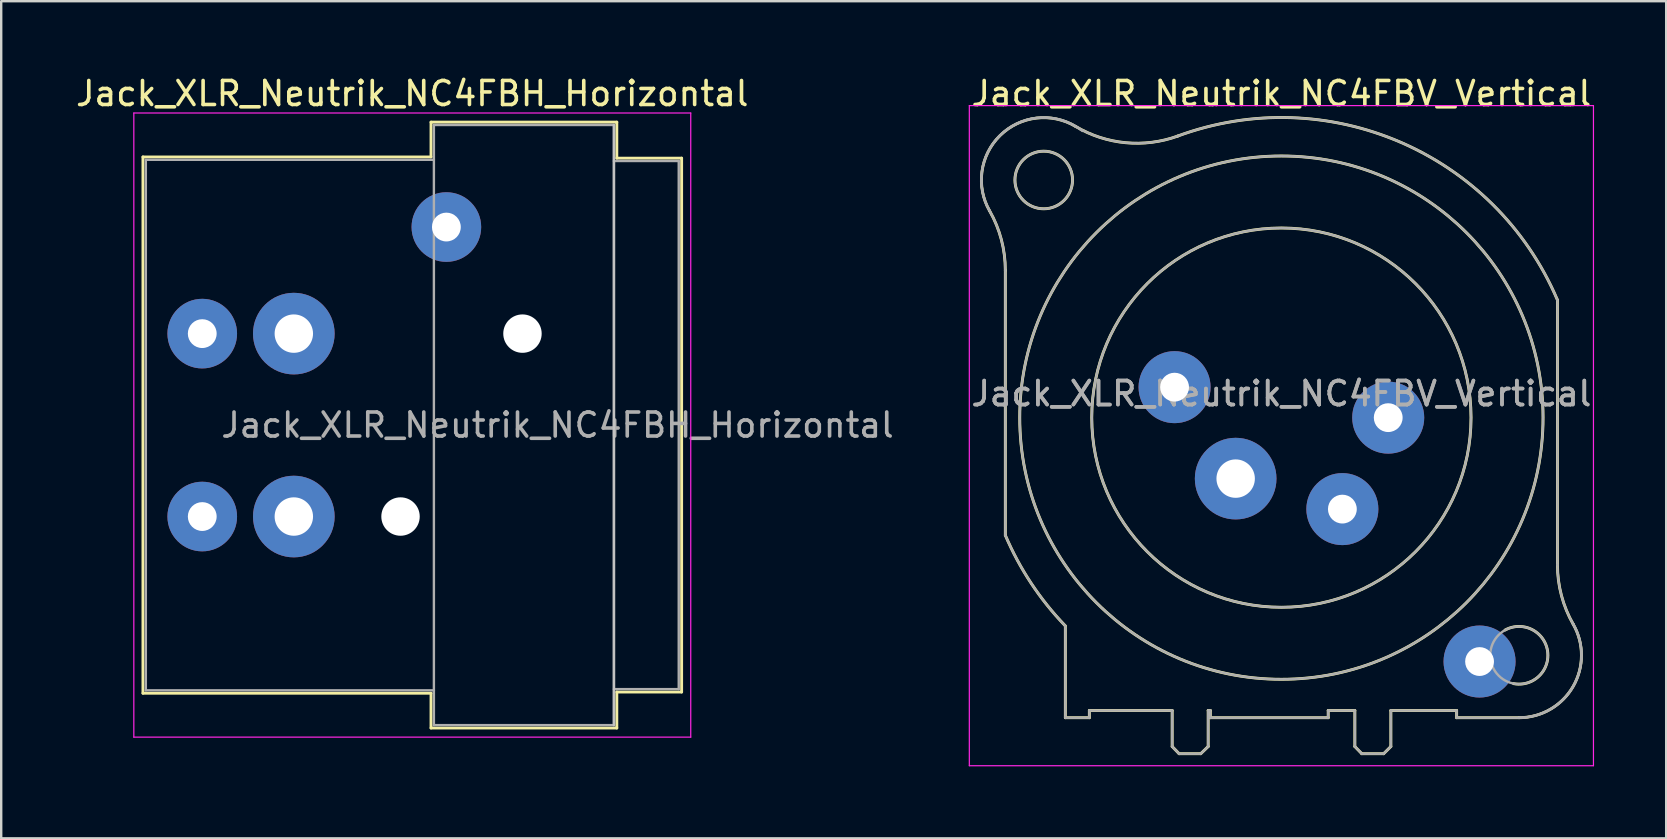
<source format=kicad_pcb>
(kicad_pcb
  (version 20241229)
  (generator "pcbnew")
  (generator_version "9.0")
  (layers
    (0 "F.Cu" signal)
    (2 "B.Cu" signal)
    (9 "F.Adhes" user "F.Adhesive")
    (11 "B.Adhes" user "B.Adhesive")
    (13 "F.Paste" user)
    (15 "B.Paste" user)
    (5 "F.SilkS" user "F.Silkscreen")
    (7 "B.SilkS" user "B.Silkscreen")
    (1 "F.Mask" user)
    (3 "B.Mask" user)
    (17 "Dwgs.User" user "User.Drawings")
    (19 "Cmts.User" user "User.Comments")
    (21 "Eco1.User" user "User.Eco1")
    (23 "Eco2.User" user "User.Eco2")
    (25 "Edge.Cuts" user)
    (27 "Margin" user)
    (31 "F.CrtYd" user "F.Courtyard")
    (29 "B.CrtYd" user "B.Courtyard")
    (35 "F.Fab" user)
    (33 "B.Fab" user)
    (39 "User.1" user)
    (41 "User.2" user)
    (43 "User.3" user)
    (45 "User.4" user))
  (footprint "Jack_XLR_Neutrik_NC4FBH_Horizontal"
    (layer "F.Cu")
    (at 5.375 10.848)
    (property "Reference" "Jack_XLR_Neutrik_NC4FBH_Horizontal" (at 8.75 -10 0) (layer "F.SilkS") (effects (font (size 1 1) (thickness 0.15))))
    (attr through_hole)
    (fp_line (start -2.47 -7.36) (end -2.47 14.98) (stroke (width 0.12) (type solid)) (layer "F.SilkS"))
    (fp_line (start 9.53 -7.36) (end -2.47 -7.36) (stroke (width 0.12) (type solid)) (layer "F.SilkS"))
    (fp_line (start 9.53 -7.36) (end 9.53 -8.81) (stroke (width 0.12) (type solid)) (layer "F.SilkS"))
    (fp_line (start 9.53 14.98) (end -2.47 14.98) (stroke (width 0.12) (type solid)) (layer "F.SilkS"))
    (fp_line (start 9.53 16.43) (end 9.53 14.98) (stroke (width 0.12) (type solid)) (layer "F.SilkS"))
    (fp_line (start 17.27 -8.81) (end 9.53 -8.81) (stroke (width 0.12) (type solid)) (layer "F.SilkS"))
    (fp_line (start 17.27 -8.81) (end 17.27 -7.31) (stroke (width 0.12) (type solid)) (layer "F.SilkS"))
    (fp_line (start 17.27 -7.31) (end 19.97 -7.31) (stroke (width 0.12) (type solid)) (layer "F.SilkS"))
    (fp_line (start 17.27 14.93) (end 17.27 16.43) (stroke (width 0.12) (type solid)) (layer "F.SilkS"))
    (fp_line (start 17.27 14.93) (end 19.97 14.93) (stroke (width 0.12) (type solid)) (layer "F.SilkS"))
    (fp_line (start 17.27 16.43) (end 9.53 16.43) (stroke (width 0.12) (type solid)) (layer "F.SilkS"))
    (fp_line (start 19.97 -7.31) (end 19.97 14.93) (stroke (width 0.12) (type solid)) (layer "F.SilkS"))
    (fp_line (start 17.15 -8.69) (end 17.15 16.31) (stroke (width 0.1) (type solid)) (layer "Dwgs.User"))
    (fp_line (start -2.85 -9.19) (end -2.85 16.81) (stroke (width 0.05) (type solid)) (layer "F.CrtYd"))
    (fp_line (start 20.35 -9.19) (end -2.85 -9.19) (stroke (width 0.05) (type solid)) (layer "F.CrtYd"))
    (fp_line (start 20.35 -9.19) (end 20.35 16.81) (stroke (width 0.05) (type solid)) (layer "F.CrtYd"))
    (fp_line (start 20.35 16.81) (end -2.85 16.81) (stroke (width 0.05) (type solid)) (layer "F.CrtYd"))
    (fp_line (start -2.35 -7.24) (end -2.35 14.86) (stroke (width 0.1) (type solid)) (layer "F.Fab"))
    (fp_line (start -2.35 14.86) (end 9.65 14.86) (stroke (width 0.1) (type solid)) (layer "F.Fab"))
    (fp_line (start 9.65 -8.69) (end 17.15 -8.69) (stroke (width 0.1) (type solid)) (layer "F.Fab"))
    (fp_line (start 9.65 -7.24) (end -2.35 -7.24) (stroke (width 0.1) (type solid)) (layer "F.Fab"))
    (fp_line (start 9.65 16.31) (end 9.65 -8.69) (stroke (width 0.1) (type solid)) (layer "F.Fab"))
    (fp_line (start 17.15 -8.69) (end 17.15 16.31) (stroke (width 0.1) (type solid)) (layer "F.Fab"))
    (fp_line (start 17.15 -7.19) (end 19.85 -7.19) (stroke (width 0.1) (type solid)) (layer "F.Fab"))
    (fp_line (start 17.15 16.31) (end 9.65 16.31) (stroke (width 0.1) (type solid)) (layer "F.Fab"))
    (fp_line (start 19.85 -7.19) (end 19.85 14.81) (stroke (width 0.1) (type solid)) (layer "F.Fab"))
    (fp_line (start 19.85 14.81) (end 17.15 14.81) (stroke (width 0.1) (type solid)) (layer "F.Fab"))
    (fp_text user "${REFERENCE}" (at 14.8 3.81 0) (layer "F.Fab") (effects (font (size 1 1) (thickness 0.15))))
    (pad "" np_thru_hole circle (at 8.26 7.62) (size 1.6 1.6) (drill 1.6) (layers "*.Cu" "*.Mask"))
    (pad "" np_thru_hole circle (at 13.34 0) (size 1.6 1.6) (drill 1.6) (layers "*.Cu" "*.Mask"))
    (pad "1" thru_hole circle (at 0 0) (size 2.9 2.9) (drill 1.2) (layers "*.Cu" "*.Mask"))
    (pad "2" thru_hole circle (at 3.815 0) (size 3.4 3.4) (drill 1.6) (layers "*.Cu" "*.Mask"))
    (pad "3" thru_hole circle (at 3.815 7.62) (size 3.4 3.4) (drill 1.6) (layers "*.Cu" "*.Mask"))
    (pad "4" thru_hole circle (at 0 7.62) (size 2.9 2.9) (drill 1.2) (layers "*.Cu" "*.Mask"))
    (pad "G" thru_hole circle (at 10.17 -4.44) (size 2.9 2.9) (drill 1.2) (layers "*.Cu" "*.Mask")))
  (footprint "Jack_XLR_Neutrik_NC4FBV_Vertical"
    (layer "F.Cu")
    (at 54.78 14.348)
    (property "Reference" "Jack_XLR_Neutrik_NC4FBV_Vertical" (at -4.45 -13.5 0) (layer "F.SilkS") (effects (font (size 1 1) (thickness 0.15))))
    (attr through_hole)
    (fp_line (start -15.95 -6.13) (end -15.95 4.9) (stroke (width 0.12) (type solid)) (layer "F.SilkS"))
    (fp_line (start -13.45 8.68) (end -13.45 12.5) (stroke (width 0.12) (type solid)) (layer "F.SilkS"))
    (fp_line (start -12.45 12.2) (end -12.45 12.5) (stroke (width 0.12) (type solid)) (layer "F.SilkS"))
    (fp_line (start -12.45 12.5) (end -13.45 12.5) (stroke (width 0.12) (type solid)) (layer "F.SilkS"))
    (fp_line (start -9 12.2) (end -12.45 12.2) (stroke (width 0.12) (type solid)) (layer "F.SilkS"))
    (fp_line (start -9 12.2) (end -9 13.7) (stroke (width 0.12) (type solid)) (layer "F.SilkS"))
    (fp_line (start -9 13.7) (end -8.71 14) (stroke (width 0.12) (type solid)) (layer "F.SilkS"))
    (fp_line (start -8.71 14) (end -7.81 14) (stroke (width 0.12) (type solid)) (layer "F.SilkS"))
    (fp_line (start -7.5 12.2) (end -7.5 13.7) (stroke (width 0.12) (type solid)) (layer "F.SilkS"))
    (fp_line (start -7.5 13.7) (end -7.81 14) (stroke (width 0.12) (type solid)) (layer "F.SilkS"))
    (fp_line (start -7.41 12.2) (end -7.5 12.2) (stroke (width 0.12) (type solid)) (layer "F.SilkS"))
    (fp_line (start -7.41 12.2) (end -7.41 12.5) (stroke (width 0.12) (type solid)) (layer "F.SilkS"))
    (fp_line (start -2.5 12.2) (end -2.5 12.5) (stroke (width 0.12) (type solid)) (layer "F.SilkS"))
    (fp_line (start -2.5 12.2) (end -1.39 12.2) (stroke (width 0.12) (type solid)) (layer "F.SilkS"))
    (fp_line (start -2.5 12.5) (end -7.41 12.5) (stroke (width 0.12) (type solid)) (layer "F.SilkS"))
    (fp_line (start -1.39 12.2) (end -1.39 13.7) (stroke (width 0.12) (type solid)) (layer "F.SilkS"))
    (fp_line (start -1.39 13.7) (end -1.1 14) (stroke (width 0.12) (type solid)) (layer "F.SilkS"))
    (fp_line (start -1.1 14) (end -0.19 14) (stroke (width 0.12) (type solid)) (layer "F.SilkS"))
    (fp_line (start 0.11 12.2) (end 0.11 13.7) (stroke (width 0.12) (type solid)) (layer "F.SilkS"))
    (fp_line (start 0.11 12.2) (end 2.85 12.2) (stroke (width 0.12) (type solid)) (layer "F.SilkS"))
    (fp_line (start 0.11 13.7) (end -0.19 14) (stroke (width 0.12) (type solid)) (layer "F.SilkS"))
    (fp_line (start 2.85 12.2) (end 2.85 12.5) (stroke (width 0.12) (type solid)) (layer "F.SilkS"))
    (fp_line (start 5.45 12.5) (end 2.85 12.5) (stroke (width 0.12) (type solid)) (layer "F.SilkS"))
    (fp_line (start 7.05 6.13) (end 7.05 -4.9) (stroke (width 0.12) (type solid)) (layer "F.SilkS"))
    (fp_arc (start -16.605678 -8.61403) (mid -16.167892 -11.753934) (end -13.02 -12.13) (stroke (width 0.12) (type solid)) (layer "F.SilkS"))
    (fp_arc (start -16.601888 -8.608607) (mid -16.114437 -7.411781) (end -15.95 -6.13) (stroke (width 0.12) (type solid)) (layer "F.SilkS"))
    (fp_arc (start -13.460471 8.664376) (mid -14.876528 6.89547) (end -15.95 4.9) (stroke (width 0.12) (type solid)) (layer "F.SilkS"))
    (fp_arc (start -8.782378 -11.725634) (mid 0.49884 -11.479067) (end 7.05 -4.9) (stroke (width 0.12) (type solid)) (layer "F.SilkS"))
    (fp_arc (start -8.765808 -11.730188) (mid -10.937772 -11.452682) (end -13.02 -12.13) (stroke (width 0.12) (type solid)) (layer "F.SilkS"))
    (fp_arc (start 4.867701 8.848226) (mid 6.637502 9.712546) (end 5.22 11.08) (stroke (width 0.12) (type solid)) (layer "F.SilkS"))
    (fp_arc (start 7.706842 8.607293) (mid 7.216999 7.411447) (end 7.05 6.13) (stroke (width 0.12) (type solid)) (layer "F.SilkS"))
    (fp_arc (start 7.708442 8.611807) (mid 7.698255 11.20589) (end 5.45 12.5) (stroke (width 0.12) (type solid)) (layer "F.SilkS"))
    (fp_circle (center -14.35 -9.9) (end -13.15 -9.9) (stroke (width 0.12) (type solid)) (fill no) (layer "F.SilkS"))
    (fp_circle (center -4.45 0) (end 3.45 0) (stroke (width 0.12) (type solid)) (fill no) (layer "F.SilkS"))
    (fp_circle (center -4.45 0) (end 6.45 0) (stroke (width 0.12) (type solid)) (fill no) (layer "F.SilkS"))
    (fp_line (start -17.45 -13) (end 8.55 -13) (stroke (width 0.05) (type solid)) (layer "F.CrtYd"))
    (fp_line (start -17.45 14.5) (end -17.45 -13) (stroke (width 0.05) (type solid)) (layer "F.CrtYd"))
    (fp_line (start 8.55 -13) (end 8.55 14.5) (stroke (width 0.05) (type solid)) (layer "F.CrtYd"))
    (fp_line (start 8.55 14.5) (end -17.45 14.5) (stroke (width 0.05) (type solid)) (layer "F.CrtYd"))
    (fp_line (start -15.95 -6.13) (end -15.95 4.9) (stroke (width 0.1) (type solid)) (layer "F.Fab"))
    (fp_line (start -13.45 8.68) (end -13.45 12.5) (stroke (width 0.1) (type solid)) (layer "F.Fab"))
    (fp_line (start -12.45 12.2) (end -12.45 12.5) (stroke (width 0.1) (type solid)) (layer "F.Fab"))
    (fp_line (start -12.45 12.5) (end -13.45 12.5) (stroke (width 0.1) (type solid)) (layer "F.Fab"))
    (fp_line (start -9 12.2) (end -12.45 12.2) (stroke (width 0.1) (type solid)) (layer "F.Fab"))
    (fp_line (start -9 12.2) (end -9 13.7) (stroke (width 0.1) (type solid)) (layer "F.Fab"))
    (fp_line (start -9 13.7) (end -8.71 14) (stroke (width 0.1) (type solid)) (layer "F.Fab"))
    (fp_line (start -8.71 14) (end -7.81 14) (stroke (width 0.1) (type solid)) (layer "F.Fab"))
    (fp_line (start -7.5 12.2) (end -7.5 13.7) (stroke (width 0.1) (type solid)) (layer "F.Fab"))
    (fp_line (start -7.5 13.7) (end -7.81 14) (stroke (width 0.1) (type solid)) (layer "F.Fab"))
    (fp_line (start -7.41 12.2) (end -7.5 12.2) (stroke (width 0.1) (type solid)) (layer "F.Fab"))
    (fp_line (start -7.41 12.2) (end -7.41 12.5) (stroke (width 0.1) (type solid)) (layer "F.Fab"))
    (fp_line (start -2.5 12.2) (end -2.5 12.5) (stroke (width 0.1) (type solid)) (layer "F.Fab"))
    (fp_line (start -2.5 12.2) (end -1.39 12.2) (stroke (width 0.1) (type solid)) (layer "F.Fab"))
    (fp_line (start -2.5 12.5) (end -7.41 12.5) (stroke (width 0.1) (type solid)) (layer "F.Fab"))
    (fp_line (start -1.39 12.2) (end -1.39 13.7) (stroke (width 0.1) (type solid)) (layer "F.Fab"))
    (fp_line (start -1.39 13.7) (end -1.1 14) (stroke (width 0.1) (type solid)) (layer "F.Fab"))
    (fp_line (start -1.1 14) (end -0.19 14) (stroke (width 0.1) (type solid)) (layer "F.Fab"))
    (fp_line (start 0.11 12.2) (end 0.11 13.7) (stroke (width 0.1) (type solid)) (layer "F.Fab"))
    (fp_line (start 0.11 12.2) (end 2.85 12.2) (stroke (width 0.1) (type solid)) (layer "F.Fab"))
    (fp_line (start 0.11 13.7) (end -0.19 14) (stroke (width 0.1) (type solid)) (layer "F.Fab"))
    (fp_line (start 2.85 12.2) (end 2.85 12.5) (stroke (width 0.1) (type solid)) (layer "F.Fab"))
    (fp_line (start 5.45 12.5) (end 2.85 12.5) (stroke (width 0.1) (type solid)) (layer "F.Fab"))
    (fp_line (start 7.05 6.13) (end 7.05 -4.9) (stroke (width 0.1) (type solid)) (layer "F.Fab"))
    (fp_arc (start -16.605678 -8.61403) (mid -16.167892 -11.753934) (end -13.02 -12.13) (stroke (width 0.1) (type solid)) (layer "F.Fab"))
    (fp_arc (start -16.601888 -8.608607) (mid -16.114437 -7.411781) (end -15.95 -6.13) (stroke (width 0.1) (type solid)) (layer "F.Fab"))
    (fp_arc (start -16.58 -8.57) (mid -16.063921 -11.858868) (end -12.735849 -11.942067) (stroke (width 0.1) (type solid)) (layer "F.Fab"))
    (fp_arc (start -13.460471 8.664376) (mid -14.876528 6.89547) (end -15.95 4.9) (stroke (width 0.1) (type solid)) (layer "F.Fab"))
    (fp_arc (start -8.782378 -11.725634) (mid 0.49884 -11.479067) (end 7.05 -4.9) (stroke (width 0.1) (type solid)) (layer "F.Fab"))
    (fp_arc (start -8.765808 -11.730188) (mid -10.937772 -11.452682) (end -13.02 -12.13) (stroke (width 0.1) (type solid)) (layer "F.Fab"))
    (fp_arc (start 7.66 8.516) (mid 7.72753 11.159357) (end 5.448337 12.499945) (stroke (width 0.1) (type solid)) (layer "F.Fab"))
    (fp_arc (start 7.706842 8.607293) (mid 7.216999 7.411447) (end 7.05 6.13) (stroke (width 0.1) (type solid)) (layer "F.Fab"))
    (fp_arc (start 7.708442 8.611807) (mid 7.698255 11.20589) (end 5.45 12.5) (stroke (width 0.1) (type solid)) (layer "F.Fab"))
    (fp_circle (center -14.35 -9.9) (end -13.15 -9.9) (stroke (width 0.1) (type solid)) (fill no) (layer "F.Fab"))
    (fp_circle (center -4.45 0) (end 3.45 0) (stroke (width 0.1) (type solid)) (fill no) (layer "F.Fab"))
    (fp_circle (center -4.45 0) (end 6.45 0) (stroke (width 0.1) (type solid)) (fill no) (layer "F.Fab"))
    (fp_circle (center 5.45 9.9) (end 6.65 9.9) (stroke (width 0.1) (type solid)) (fill no) (layer "F.Fab"))
    (fp_text user "${REFERENCE}" (at -4.45 -1 0) (layer "F.Fab") (effects (font (size 1 1) (thickness 0.15))))
    (fp_text user "${REFERENCE}" (at -4.45 -1 0) (layer "F.Fab") (effects (font (size 1 1) (thickness 0.15))))
    (pad "1" thru_hole circle (at 0 0) (size 3 3) (drill 1.2) (layers "*.Cu" "*.Mask"))
    (pad "2" thru_hole circle (at -1.91 3.81) (size 3 3) (drill 1.2) (layers "*.Cu" "*.Mask"))
    (pad "3" thru_hole circle (at -6.355 2.54) (size 3.4 3.4) (drill 1.6) (layers "*.Cu" "*.Mask"))
    (pad "4" thru_hole circle (at -8.9 -1.27) (size 3 3) (drill 1.2) (layers "*.Cu" "*.Mask"))
    (pad "G" thru_hole circle (at 3.805 10.16) (size 3 3) (drill 1.2) (layers "*.Cu" "*.Mask")))
  (gr_rect
    (start -3 -3)
    (end 66.36 31.873)
    (stroke (width 0.1) (type default))
    (fill no)
    (layer "Edge.Cuts")))
</source>
